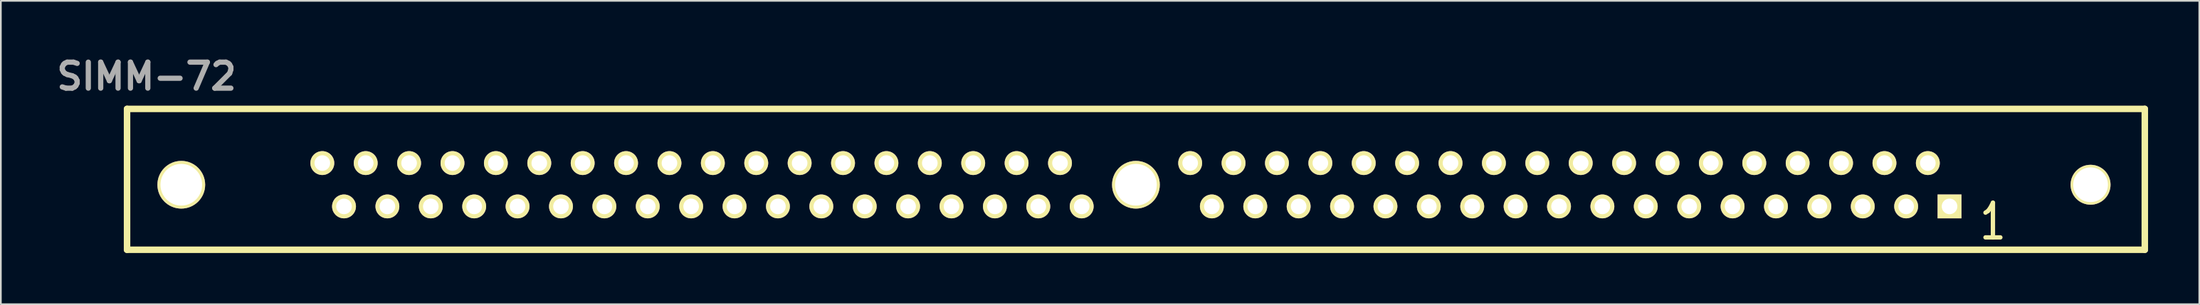
<source format=kicad_pcb>
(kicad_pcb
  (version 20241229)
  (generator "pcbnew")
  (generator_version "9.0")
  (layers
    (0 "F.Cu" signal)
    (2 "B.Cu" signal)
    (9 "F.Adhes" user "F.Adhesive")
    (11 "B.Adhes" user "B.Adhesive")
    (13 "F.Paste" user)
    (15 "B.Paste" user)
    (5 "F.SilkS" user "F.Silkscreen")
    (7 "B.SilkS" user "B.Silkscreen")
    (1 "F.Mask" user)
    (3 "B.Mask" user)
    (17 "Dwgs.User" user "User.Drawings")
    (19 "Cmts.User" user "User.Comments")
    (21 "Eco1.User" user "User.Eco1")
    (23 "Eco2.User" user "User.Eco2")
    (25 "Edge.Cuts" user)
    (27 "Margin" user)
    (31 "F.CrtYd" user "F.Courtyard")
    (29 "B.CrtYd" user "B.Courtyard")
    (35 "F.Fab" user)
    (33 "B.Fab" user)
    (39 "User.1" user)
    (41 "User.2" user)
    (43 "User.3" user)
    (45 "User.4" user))
  (footprint "SIMM-72"
    (layer "F.Cu")
    (at 63.442 7.776)
    (property "Reference" "SIMM-72" (at -57.912 -6.35 0) (layer "F.Fab") (effects (font (size 1.524 1.524) (thickness 0.305))))
    (fp_line (start -59.055 -4.445) (end 59.055 -4.445) (stroke (width 0.381) (type solid)) (layer "F.SilkS"))
    (fp_line (start -59.055 3.81) (end -59.055 -4.445) (stroke (width 0.381) (type solid)) (layer "F.SilkS"))
    (fp_line (start 59.055 -4.445) (end 59.055 3.81) (stroke (width 0.381) (type solid)) (layer "F.SilkS"))
    (fp_line (start 59.055 3.81) (end -59.055 3.81) (stroke (width 0.381) (type solid)) (layer "F.SilkS"))
    (fp_text user "1" (at 50.165 2.159 0) (layer "F.SilkS") (effects (font (size 2.032 1.524) (thickness 0.254))))
    (pad "1" thru_hole rect (at 47.625 1.27) (size 1.397 1.397) (drill 0.914) (layers "*.Cu" "*.Mask" "F.SilkS"))
    (pad "2" thru_hole circle (at 46.355 -1.27) (size 1.397 1.397) (drill 0.914) (layers "*.Cu" "*.Mask" "F.SilkS"))
    (pad "3" thru_hole circle (at 45.085 1.27) (size 1.397 1.397) (drill 0.914) (layers "*.Cu" "*.Mask" "F.SilkS"))
    (pad "4" thru_hole circle (at 43.815 -1.27) (size 1.397 1.397) (drill 0.914) (layers "*.Cu" "*.Mask" "F.SilkS"))
    (pad "5" thru_hole circle (at 42.545 1.27) (size 1.397 1.397) (drill 0.914) (layers "*.Cu" "*.Mask" "F.SilkS"))
    (pad "6" thru_hole circle (at 41.275 -1.27) (size 1.397 1.397) (drill 0.914) (layers "*.Cu" "*.Mask" "F.SilkS"))
    (pad "7" thru_hole circle (at 40.005 1.27) (size 1.397 1.397) (drill 0.914) (layers "*.Cu" "*.Mask" "F.SilkS"))
    (pad "8" thru_hole circle (at 38.735 -1.27) (size 1.397 1.397) (drill 0.914) (layers "*.Cu" "*.Mask" "F.SilkS"))
    (pad "9" thru_hole circle (at 37.465 1.27) (size 1.397 1.397) (drill 0.914) (layers "*.Cu" "*.Mask" "F.SilkS"))
    (pad "10" thru_hole circle (at 36.195 -1.27) (size 1.397 1.397) (drill 0.914) (layers "*.Cu" "*.Mask" "F.SilkS"))
    (pad "11" thru_hole circle (at 34.925 1.27) (size 1.397 1.397) (drill 0.914) (layers "*.Cu" "*.Mask" "F.SilkS"))
    (pad "12" thru_hole circle (at 33.655 -1.27) (size 1.397 1.397) (drill 0.914) (layers "*.Cu" "*.Mask" "F.SilkS"))
    (pad "13" thru_hole circle (at 32.385 1.27) (size 1.397 1.397) (drill 0.914) (layers "*.Cu" "*.Mask" "F.SilkS"))
    (pad "14" thru_hole circle (at 31.115 -1.27) (size 1.397 1.397) (drill 0.914) (layers "*.Cu" "*.Mask" "F.SilkS"))
    (pad "15" thru_hole circle (at 29.845 1.27) (size 1.397 1.397) (drill 0.914) (layers "*.Cu" "*.Mask" "F.SilkS"))
    (pad "16" thru_hole circle (at 28.575 -1.27) (size 1.397 1.397) (drill 0.914) (layers "*.Cu" "*.Mask" "F.SilkS"))
    (pad "17" thru_hole circle (at 27.305 1.27) (size 1.397 1.397) (drill 0.914) (layers "*.Cu" "*.Mask" "F.SilkS"))
    (pad "18" thru_hole circle (at 26.035 -1.27) (size 1.397 1.397) (drill 0.914) (layers "*.Cu" "*.Mask" "F.SilkS"))
    (pad "19" thru_hole circle (at 24.765 1.27) (size 1.397 1.397) (drill 0.914) (layers "*.Cu" "*.Mask" "F.SilkS"))
    (pad "20" thru_hole circle (at 23.495 -1.27) (size 1.397 1.397) (drill 0.914) (layers "*.Cu" "*.Mask" "F.SilkS"))
    (pad "21" thru_hole circle (at 22.225 1.27) (size 1.397 1.397) (drill 0.914) (layers "*.Cu" "*.Mask" "F.SilkS"))
    (pad "22" thru_hole circle (at 20.955 -1.27) (size 1.397 1.397) (drill 0.914) (layers "*.Cu" "*.Mask" "F.SilkS"))
    (pad "23" thru_hole circle (at 19.685 1.27) (size 1.397 1.397) (drill 0.914) (layers "*.Cu" "*.Mask" "F.SilkS"))
    (pad "24" thru_hole circle (at 18.415 -1.27) (size 1.397 1.397) (drill 0.914) (layers "*.Cu" "*.Mask" "F.SilkS"))
    (pad "25" thru_hole circle (at 17.145 1.27) (size 1.397 1.397) (drill 0.914) (layers "*.Cu" "*.Mask" "F.SilkS"))
    (pad "26" thru_hole circle (at 15.875 -1.27) (size 1.397 1.397) (drill 0.914) (layers "*.Cu" "*.Mask" "F.SilkS"))
    (pad "27" thru_hole circle (at 14.605 1.27) (size 1.397 1.397) (drill 0.914) (layers "*.Cu" "*.Mask" "F.SilkS"))
    (pad "28" thru_hole circle (at 13.335 -1.27) (size 1.397 1.397) (drill 0.914) (layers "*.Cu" "*.Mask" "F.SilkS"))
    (pad "29" thru_hole circle (at 12.065 1.27) (size 1.397 1.397) (drill 0.914) (layers "*.Cu" "*.Mask" "F.SilkS"))
    (pad "30" thru_hole circle (at 10.795 -1.27) (size 1.397 1.397) (drill 0.914) (layers "*.Cu" "*.Mask" "F.SilkS"))
    (pad "31" thru_hole circle (at 9.525 1.27) (size 1.397 1.397) (drill 0.914) (layers "*.Cu" "*.Mask" "F.SilkS"))
    (pad "32" thru_hole circle (at 8.255 -1.27) (size 1.397 1.397) (drill 0.914) (layers "*.Cu" "*.Mask" "F.SilkS"))
    (pad "33" thru_hole circle (at 6.985 1.27) (size 1.397 1.397) (drill 0.914) (layers "*.Cu" "*.Mask" "F.SilkS"))
    (pad "34" thru_hole circle (at 5.715 -1.27) (size 1.397 1.397) (drill 0.914) (layers "*.Cu" "*.Mask" "F.SilkS"))
    (pad "35" thru_hole circle (at 4.445 1.27) (size 1.397 1.397) (drill 0.914) (layers "*.Cu" "*.Mask" "F.SilkS"))
    (pad "36" thru_hole circle (at 3.175 -1.27) (size 1.397 1.397) (drill 0.914) (layers "*.Cu" "*.Mask" "F.SilkS"))
    (pad "37" thru_hole circle (at -3.175 1.27) (size 1.397 1.397) (drill 0.914) (layers "*.Cu" "*.Mask" "F.SilkS"))
    (pad "38" thru_hole circle (at -4.445 -1.27) (size 1.397 1.397) (drill 0.914) (layers "*.Cu" "*.Mask" "F.SilkS"))
    (pad "39" thru_hole circle (at -5.715 1.27) (size 1.397 1.397) (drill 0.914) (layers "*.Cu" "*.Mask" "F.SilkS"))
    (pad "40" thru_hole circle (at -6.985 -1.27) (size 1.397 1.397) (drill 0.914) (layers "*.Cu" "*.Mask" "F.SilkS"))
    (pad "41" thru_hole circle (at -8.255 1.27) (size 1.397 1.397) (drill 0.914) (layers "*.Cu" "*.Mask" "F.SilkS"))
    (pad "42" thru_hole circle (at -9.525 -1.27) (size 1.397 1.397) (drill 0.914) (layers "*.Cu" "*.Mask" "F.SilkS"))
    (pad "43" thru_hole circle (at -10.795 1.27) (size 1.397 1.397) (drill 0.914) (layers "*.Cu" "*.Mask" "F.SilkS"))
    (pad "44" thru_hole circle (at -12.065 -1.27) (size 1.397 1.397) (drill 0.914) (layers "*.Cu" "*.Mask" "F.SilkS"))
    (pad "45" thru_hole circle (at -13.335 1.27) (size 1.397 1.397) (drill 0.914) (layers "*.Cu" "*.Mask" "F.SilkS"))
    (pad "46" thru_hole circle (at -14.605 -1.27) (size 1.397 1.397) (drill 0.914) (layers "*.Cu" "*.Mask" "F.SilkS"))
    (pad "47" thru_hole circle (at -15.875 1.27) (size 1.397 1.397) (drill 0.914) (layers "*.Cu" "*.Mask" "F.SilkS"))
    (pad "48" thru_hole circle (at -17.145 -1.27) (size 1.397 1.397) (drill 0.914) (layers "*.Cu" "*.Mask" "F.SilkS"))
    (pad "49" thru_hole circle (at -18.415 1.27) (size 1.397 1.397) (drill 0.914) (layers "*.Cu" "*.Mask" "F.SilkS"))
    (pad "50" thru_hole circle (at -19.685 -1.27) (size 1.397 1.397) (drill 0.914) (layers "*.Cu" "*.Mask" "F.SilkS"))
    (pad "51" thru_hole circle (at -20.955 1.27) (size 1.397 1.397) (drill 0.914) (layers "*.Cu" "*.Mask" "F.SilkS"))
    (pad "52" thru_hole circle (at -22.225 -1.27) (size 1.397 1.397) (drill 0.914) (layers "*.Cu" "*.Mask" "F.SilkS"))
    (pad "53" thru_hole circle (at -23.495 1.27) (size 1.397 1.397) (drill 0.914) (layers "*.Cu" "*.Mask" "F.SilkS"))
    (pad "54" thru_hole circle (at -24.765 -1.27) (size 1.397 1.397) (drill 0.914) (layers "*.Cu" "*.Mask" "F.SilkS"))
    (pad "55" thru_hole circle (at -26.035 1.27) (size 1.397 1.397) (drill 0.914) (layers "*.Cu" "*.Mask" "F.SilkS"))
    (pad "56" thru_hole circle (at -27.305 -1.27) (size 1.397 1.397) (drill 0.914) (layers "*.Cu" "*.Mask" "F.SilkS"))
    (pad "57" thru_hole circle (at -28.575 1.27) (size 1.397 1.397) (drill 0.914) (layers "*.Cu" "*.Mask" "F.SilkS"))
    (pad "58" thru_hole circle (at -29.845 -1.27) (size 1.397 1.397) (drill 0.914) (layers "*.Cu" "*.Mask" "F.SilkS"))
    (pad "59" thru_hole circle (at -31.115 1.27) (size 1.397 1.397) (drill 0.914) (layers "*.Cu" "*.Mask" "F.SilkS"))
    (pad "60" thru_hole circle (at -32.385 -1.27) (size 1.397 1.397) (drill 0.914) (layers "*.Cu" "*.Mask" "F.SilkS"))
    (pad "61" thru_hole circle (at -33.655 1.27) (size 1.397 1.397) (drill 0.914) (layers "*.Cu" "*.Mask" "F.SilkS"))
    (pad "62" thru_hole circle (at -34.925 -1.27) (size 1.397 1.397) (drill 0.914) (layers "*.Cu" "*.Mask" "F.SilkS"))
    (pad "63" thru_hole circle (at -36.195 1.27) (size 1.397 1.397) (drill 0.914) (layers "*.Cu" "*.Mask" "F.SilkS"))
    (pad "64" thru_hole circle (at -37.465 -1.27) (size 1.397 1.397) (drill 0.914) (layers "*.Cu" "*.Mask" "F.SilkS"))
    (pad "65" thru_hole circle (at -38.735 1.27) (size 1.397 1.397) (drill 0.914) (layers "*.Cu" "*.Mask" "F.SilkS"))
    (pad "66" thru_hole circle (at -40.005 -1.27) (size 1.397 1.397) (drill 0.914) (layers "*.Cu" "*.Mask" "F.SilkS"))
    (pad "67" thru_hole circle (at -41.275 1.27) (size 1.397 1.397) (drill 0.914) (layers "*.Cu" "*.Mask" "F.SilkS"))
    (pad "68" thru_hole circle (at -42.545 -1.27) (size 1.397 1.397) (drill 0.914) (layers "*.Cu" "*.Mask" "F.SilkS"))
    (pad "69" thru_hole circle (at -43.815 1.27) (size 1.397 1.397) (drill 0.914) (layers "*.Cu" "*.Mask" "F.SilkS"))
    (pad "70" thru_hole circle (at -45.085 -1.27) (size 1.397 1.397) (drill 0.914) (layers "*.Cu" "*.Mask" "F.SilkS"))
    (pad "71" thru_hole circle (at -46.355 1.27) (size 1.397 1.397) (drill 0.914) (layers "*.Cu" "*.Mask" "F.SilkS"))
    (pad "72" thru_hole circle (at -47.625 -1.27) (size 1.397 1.397) (drill 0.914) (layers "*.Cu" "*.Mask" "F.SilkS"))
    (pad "ctr" thru_hole circle (at 0 0) (size 2.794 2.794) (drill 2.438) (layers "*.Cu" "*.Mask" "F.SilkS"))
    (pad "lg" thru_hole circle (at -55.88 0) (size 2.794 2.794) (drill 2.438) (layers "*.Cu" "*.Mask" "F.SilkS"))
    (pad "sm" thru_hole circle (at 55.88 0) (size 2.337 2.337) (drill 2.032) (layers "*.Cu" "*.Mask" "F.SilkS")))
  (gr_rect
    (start -3 -3)
    (end 125.687 14.777)
    (stroke (width 0.1) (type default))
    (fill no)
    (layer "Edge.Cuts")))
</source>
